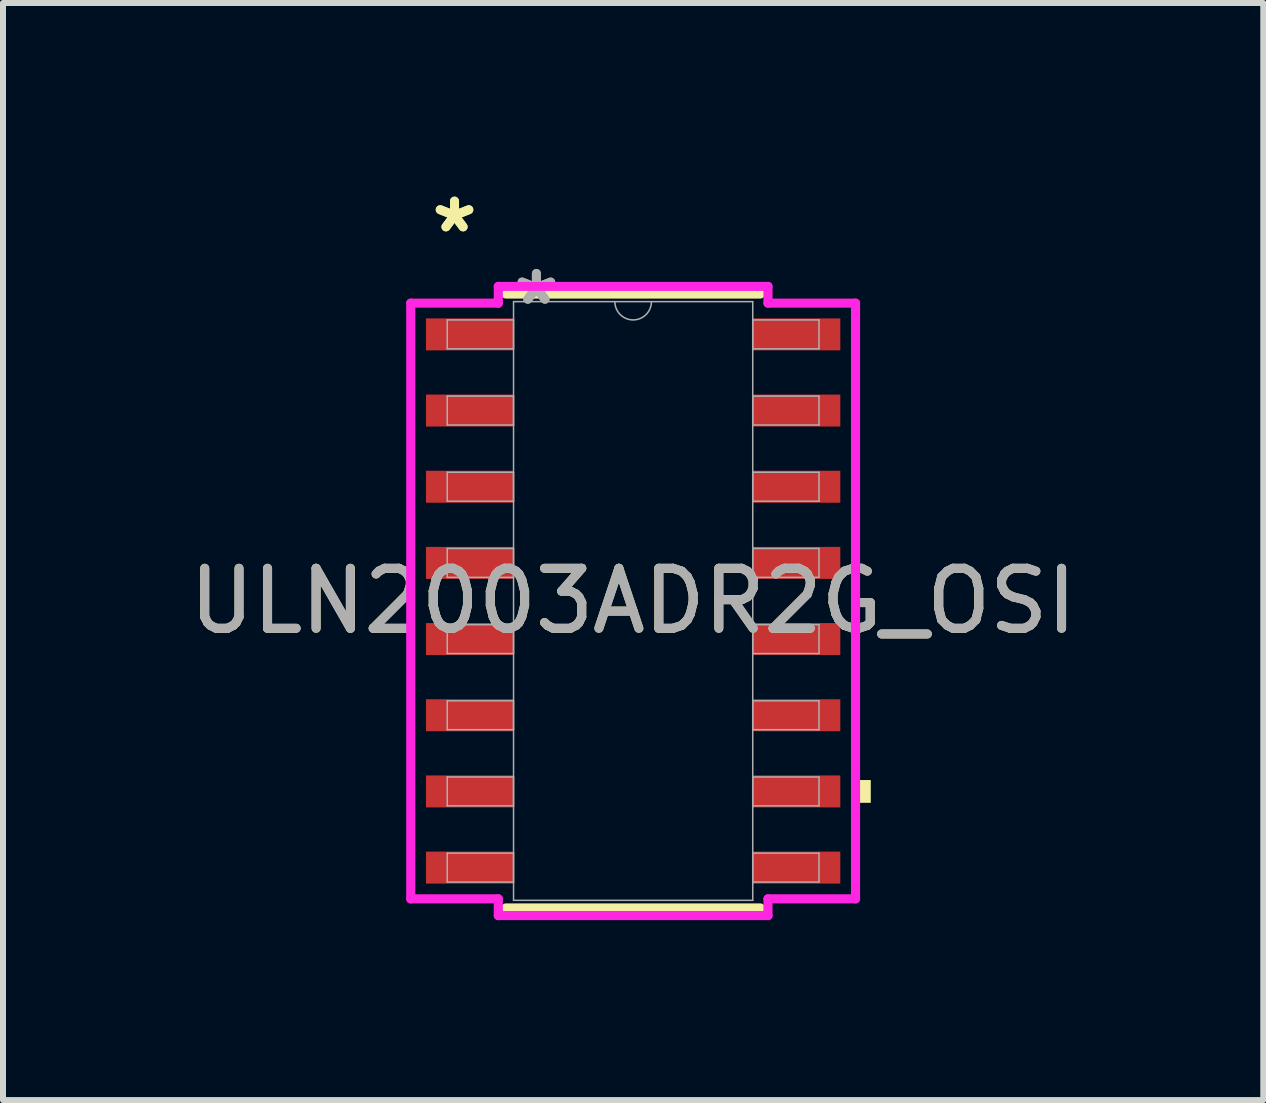
<source format=kicad_pcb>
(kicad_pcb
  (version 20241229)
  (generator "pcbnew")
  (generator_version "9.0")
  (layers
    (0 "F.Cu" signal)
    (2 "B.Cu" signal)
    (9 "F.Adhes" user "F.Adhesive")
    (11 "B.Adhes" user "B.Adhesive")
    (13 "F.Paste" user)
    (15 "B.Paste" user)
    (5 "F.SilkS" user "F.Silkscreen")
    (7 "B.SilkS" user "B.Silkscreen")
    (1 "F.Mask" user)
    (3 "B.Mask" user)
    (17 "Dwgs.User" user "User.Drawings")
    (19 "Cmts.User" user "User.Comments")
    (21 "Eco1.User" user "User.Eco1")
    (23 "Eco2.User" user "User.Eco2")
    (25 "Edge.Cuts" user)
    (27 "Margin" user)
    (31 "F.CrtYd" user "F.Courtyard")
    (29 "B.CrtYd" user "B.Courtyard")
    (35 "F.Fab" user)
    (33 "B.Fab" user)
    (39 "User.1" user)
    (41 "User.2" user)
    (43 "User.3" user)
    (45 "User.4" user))
  (footprint "ULN2003ADR2G_OSI"
    (layer "F.Cu")
    (at 7.506 6.97)
    (property "Reference" "ULN2003ADR2G_OSI" (at 0 0 0) (unlocked yes) (layer "F.SilkS") (effects (font (size 1 1) (thickness 0.15))))
    (attr smd)
    (fp_line (start -2.121 5.118) (end 2.121 5.118) (stroke (width 0.152) (type solid)) (layer "F.SilkS"))
    (fp_line (start 2.121 -5.118) (end -2.121 -5.118) (stroke (width 0.152) (type solid)) (layer "F.SilkS"))
    (fp_poly (pts (xy 3.962 2.985) (xy 3.962 3.365) (xy 3.708 3.365) (xy 3.708 2.985)) (stroke (width 0) (type solid)) (fill yes) (layer "F.SilkS"))
    (fp_line (start -3.708 -4.966) (end -2.248 -4.966) (stroke (width 0.152) (type solid)) (layer "F.CrtYd"))
    (fp_line (start -3.708 4.966) (end -3.708 -4.966) (stroke (width 0.152) (type solid)) (layer "F.CrtYd"))
    (fp_line (start -3.708 4.966) (end -2.248 4.966) (stroke (width 0.152) (type solid)) (layer "F.CrtYd"))
    (fp_line (start -2.248 -5.245) (end 2.248 -5.245) (stroke (width 0.152) (type solid)) (layer "F.CrtYd"))
    (fp_line (start -2.248 -4.966) (end -2.248 -5.245) (stroke (width 0.152) (type solid)) (layer "F.CrtYd"))
    (fp_line (start -2.248 5.245) (end -2.248 4.966) (stroke (width 0.152) (type solid)) (layer "F.CrtYd"))
    (fp_line (start 2.248 -5.245) (end 2.248 -4.966) (stroke (width 0.152) (type solid)) (layer "F.CrtYd"))
    (fp_line (start 2.248 4.966) (end 2.248 5.245) (stroke (width 0.152) (type solid)) (layer "F.CrtYd"))
    (fp_line (start 2.248 5.245) (end -2.248 5.245) (stroke (width 0.152) (type solid)) (layer "F.CrtYd"))
    (fp_line (start 3.708 -4.966) (end 2.248 -4.966) (stroke (width 0.152) (type solid)) (layer "F.CrtYd"))
    (fp_line (start 3.708 -4.966) (end 3.708 4.966) (stroke (width 0.152) (type solid)) (layer "F.CrtYd"))
    (fp_line (start 3.708 4.966) (end 2.248 4.966) (stroke (width 0.152) (type solid)) (layer "F.CrtYd"))
    (fp_line (start -3.099 -4.686) (end -3.099 -4.204) (stroke (width 0.025) (type solid)) (layer "F.Fab"))
    (fp_line (start -3.099 -4.204) (end -1.994 -4.204) (stroke (width 0.025) (type solid)) (layer "F.Fab"))
    (fp_line (start -3.099 -3.416) (end -3.099 -2.934) (stroke (width 0.025) (type solid)) (layer "F.Fab"))
    (fp_line (start -3.099 -2.934) (end -1.994 -2.934) (stroke (width 0.025) (type solid)) (layer "F.Fab"))
    (fp_line (start -3.099 -2.146) (end -3.099 -1.664) (stroke (width 0.025) (type solid)) (layer "F.Fab"))
    (fp_line (start -3.099 -1.664) (end -1.994 -1.664) (stroke (width 0.025) (type solid)) (layer "F.Fab"))
    (fp_line (start -3.099 -0.876) (end -3.099 -0.394) (stroke (width 0.025) (type solid)) (layer "F.Fab"))
    (fp_line (start -3.099 -0.394) (end -1.994 -0.394) (stroke (width 0.025) (type solid)) (layer "F.Fab"))
    (fp_line (start -3.099 0.394) (end -3.099 0.876) (stroke (width 0.025) (type solid)) (layer "F.Fab"))
    (fp_line (start -3.099 0.876) (end -1.994 0.876) (stroke (width 0.025) (type solid)) (layer "F.Fab"))
    (fp_line (start -3.099 1.664) (end -3.099 2.146) (stroke (width 0.025) (type solid)) (layer "F.Fab"))
    (fp_line (start -3.099 2.146) (end -1.994 2.146) (stroke (width 0.025) (type solid)) (layer "F.Fab"))
    (fp_line (start -3.099 2.934) (end -3.099 3.416) (stroke (width 0.025) (type solid)) (layer "F.Fab"))
    (fp_line (start -3.099 3.416) (end -1.994 3.416) (stroke (width 0.025) (type solid)) (layer "F.Fab"))
    (fp_line (start -3.099 4.204) (end -3.099 4.686) (stroke (width 0.025) (type solid)) (layer "F.Fab"))
    (fp_line (start -3.099 4.686) (end -1.994 4.686) (stroke (width 0.025) (type solid)) (layer "F.Fab"))
    (fp_line (start -1.994 -4.991) (end -1.994 4.991) (stroke (width 0.025) (type solid)) (layer "F.Fab"))
    (fp_line (start -1.994 -4.686) (end -3.099 -4.686) (stroke (width 0.025) (type solid)) (layer "F.Fab"))
    (fp_line (start -1.994 -4.204) (end -1.994 -4.686) (stroke (width 0.025) (type solid)) (layer "F.Fab"))
    (fp_line (start -1.994 -3.416) (end -3.099 -3.416) (stroke (width 0.025) (type solid)) (layer "F.Fab"))
    (fp_line (start -1.994 -2.934) (end -1.994 -3.416) (stroke (width 0.025) (type solid)) (layer "F.Fab"))
    (fp_line (start -1.994 -2.146) (end -3.099 -2.146) (stroke (width 0.025) (type solid)) (layer "F.Fab"))
    (fp_line (start -1.994 -1.664) (end -1.994 -2.146) (stroke (width 0.025) (type solid)) (layer "F.Fab"))
    (fp_line (start -1.994 -0.876) (end -3.099 -0.876) (stroke (width 0.025) (type solid)) (layer "F.Fab"))
    (fp_line (start -1.994 -0.394) (end -1.994 -0.876) (stroke (width 0.025) (type solid)) (layer "F.Fab"))
    (fp_line (start -1.994 0.394) (end -3.099 0.394) (stroke (width 0.025) (type solid)) (layer "F.Fab"))
    (fp_line (start -1.994 0.876) (end -1.994 0.394) (stroke (width 0.025) (type solid)) (layer "F.Fab"))
    (fp_line (start -1.994 1.664) (end -3.099 1.664) (stroke (width 0.025) (type solid)) (layer "F.Fab"))
    (fp_line (start -1.994 2.146) (end -1.994 1.664) (stroke (width 0.025) (type solid)) (layer "F.Fab"))
    (fp_line (start -1.994 2.934) (end -3.099 2.934) (stroke (width 0.025) (type solid)) (layer "F.Fab"))
    (fp_line (start -1.994 3.416) (end -1.994 2.934) (stroke (width 0.025) (type solid)) (layer "F.Fab"))
    (fp_line (start -1.994 4.204) (end -3.099 4.204) (stroke (width 0.025) (type solid)) (layer "F.Fab"))
    (fp_line (start -1.994 4.686) (end -1.994 4.204) (stroke (width 0.025) (type solid)) (layer "F.Fab"))
    (fp_line (start -1.994 4.991) (end 1.994 4.991) (stroke (width 0.025) (type solid)) (layer "F.Fab"))
    (fp_line (start 1.994 -4.991) (end -1.994 -4.991) (stroke (width 0.025) (type solid)) (layer "F.Fab"))
    (fp_line (start 1.994 -4.686) (end 1.994 -4.204) (stroke (width 0.025) (type solid)) (layer "F.Fab"))
    (fp_line (start 1.994 -4.204) (end 3.099 -4.204) (stroke (width 0.025) (type solid)) (layer "F.Fab"))
    (fp_line (start 1.994 -3.416) (end 1.994 -2.934) (stroke (width 0.025) (type solid)) (layer "F.Fab"))
    (fp_line (start 1.994 -2.934) (end 3.099 -2.934) (stroke (width 0.025) (type solid)) (layer "F.Fab"))
    (fp_line (start 1.994 -2.146) (end 1.994 -1.664) (stroke (width 0.025) (type solid)) (layer "F.Fab"))
    (fp_line (start 1.994 -1.664) (end 3.099 -1.664) (stroke (width 0.025) (type solid)) (layer "F.Fab"))
    (fp_line (start 1.994 -0.876) (end 1.994 -0.394) (stroke (width 0.025) (type solid)) (layer "F.Fab"))
    (fp_line (start 1.994 -0.394) (end 3.099 -0.394) (stroke (width 0.025) (type solid)) (layer "F.Fab"))
    (fp_line (start 1.994 0.394) (end 1.994 0.876) (stroke (width 0.025) (type solid)) (layer "F.Fab"))
    (fp_line (start 1.994 0.876) (end 3.099 0.876) (stroke (width 0.025) (type solid)) (layer "F.Fab"))
    (fp_line (start 1.994 1.664) (end 1.994 2.146) (stroke (width 0.025) (type solid)) (layer "F.Fab"))
    (fp_line (start 1.994 2.146) (end 3.099 2.146) (stroke (width 0.025) (type solid)) (layer "F.Fab"))
    (fp_line (start 1.994 2.934) (end 1.994 3.416) (stroke (width 0.025) (type solid)) (layer "F.Fab"))
    (fp_line (start 1.994 3.416) (end 3.099 3.416) (stroke (width 0.025) (type solid)) (layer "F.Fab"))
    (fp_line (start 1.994 4.204) (end 1.994 4.686) (stroke (width 0.025) (type solid)) (layer "F.Fab"))
    (fp_line (start 1.994 4.686) (end 3.099 4.686) (stroke (width 0.025) (type solid)) (layer "F.Fab"))
    (fp_line (start 1.994 4.991) (end 1.994 -4.991) (stroke (width 0.025) (type solid)) (layer "F.Fab"))
    (fp_line (start 3.099 -4.686) (end 1.994 -4.686) (stroke (width 0.025) (type solid)) (layer "F.Fab"))
    (fp_line (start 3.099 -4.204) (end 3.099 -4.686) (stroke (width 0.025) (type solid)) (layer "F.Fab"))
    (fp_line (start 3.099 -3.416) (end 1.994 -3.416) (stroke (width 0.025) (type solid)) (layer "F.Fab"))
    (fp_line (start 3.099 -2.934) (end 3.099 -3.416) (stroke (width 0.025) (type solid)) (layer "F.Fab"))
    (fp_line (start 3.099 -2.146) (end 1.994 -2.146) (stroke (width 0.025) (type solid)) (layer "F.Fab"))
    (fp_line (start 3.099 -1.664) (end 3.099 -2.146) (stroke (width 0.025) (type solid)) (layer "F.Fab"))
    (fp_line (start 3.099 -0.876) (end 1.994 -0.876) (stroke (width 0.025) (type solid)) (layer "F.Fab"))
    (fp_line (start 3.099 -0.394) (end 3.099 -0.876) (stroke (width 0.025) (type solid)) (layer "F.Fab"))
    (fp_line (start 3.099 0.394) (end 1.994 0.394) (stroke (width 0.025) (type solid)) (layer "F.Fab"))
    (fp_line (start 3.099 0.876) (end 3.099 0.394) (stroke (width 0.025) (type solid)) (layer "F.Fab"))
    (fp_line (start 3.099 1.664) (end 1.994 1.664) (stroke (width 0.025) (type solid)) (layer "F.Fab"))
    (fp_line (start 3.099 2.146) (end 3.099 1.664) (stroke (width 0.025) (type solid)) (layer "F.Fab"))
    (fp_line (start 3.099 2.934) (end 1.994 2.934) (stroke (width 0.025) (type solid)) (layer "F.Fab"))
    (fp_line (start 3.099 3.416) (end 3.099 2.934) (stroke (width 0.025) (type solid)) (layer "F.Fab"))
    (fp_line (start 3.099 4.204) (end 1.994 4.204) (stroke (width 0.025) (type solid)) (layer "F.Fab"))
    (fp_line (start 3.099 4.686) (end 3.099 4.204) (stroke (width 0.025) (type solid)) (layer "F.Fab"))
    (fp_arc (start 0.3048 -4.9911) (mid 0 -4.6863) (end -0.3048 -4.9911) (stroke (width 0.0254) (type solid)) (layer "F.Fab"))
    (fp_text user "*" (at -2.978 -6.121 0) (layer "F.SilkS") (effects (font (size 1 1) (thickness 0.15))))
    (fp_text user "*" (at -2.978 -6.121 0) (unlocked yes) (layer "F.SilkS") (effects (font (size 1 1) (thickness 0.15))))
    (fp_text user "*" (at -1.613 -4.915 0) (unlocked yes) (layer "F.Fab") (effects (font (size 1 1) (thickness 0.15))))
    (fp_text user "*" (at -1.613 -4.915 0) (layer "F.Fab") (effects (font (size 1 1) (thickness 0.15))))
    (fp_text user "${REFERENCE}" (at 0 0 0) (unlocked yes) (layer "F.Fab") (effects (font (size 1 1) (thickness 0.15))))
    (pad "1" smd rect (at -2.724 -4.445) (size 1.46 0.533) (layers "F.Cu" "F.Mask" "F.Paste"))
    (pad "2" smd rect (at -2.724 -3.175) (size 1.46 0.533) (layers "F.Cu" "F.Mask" "F.Paste"))
    (pad "3" smd rect (at -2.724 -1.905) (size 1.46 0.533) (layers "F.Cu" "F.Mask" "F.Paste"))
    (pad "4" smd rect (at -2.724 -0.635) (size 1.46 0.533) (layers "F.Cu" "F.Mask" "F.Paste"))
    (pad "5" smd rect (at -2.724 0.635) (size 1.46 0.533) (layers "F.Cu" "F.Mask" "F.Paste"))
    (pad "6" smd rect (at -2.724 1.905) (size 1.46 0.533) (layers "F.Cu" "F.Mask" "F.Paste"))
    (pad "7" smd rect (at -2.724 3.175) (size 1.46 0.533) (layers "F.Cu" "F.Mask" "F.Paste"))
    (pad "8" smd rect (at -2.724 4.445) (size 1.46 0.533) (layers "F.Cu" "F.Mask" "F.Paste"))
    (pad "9" smd rect (at 2.724 4.445) (size 1.46 0.533) (layers "F.Cu" "F.Mask" "F.Paste"))
    (pad "10" smd rect (at 2.724 3.175) (size 1.46 0.533) (layers "F.Cu" "F.Mask" "F.Paste"))
    (pad "11" smd rect (at 2.724 1.905) (size 1.46 0.533) (layers "F.Cu" "F.Mask" "F.Paste"))
    (pad "12" smd rect (at 2.724 0.635) (size 1.46 0.533) (layers "F.Cu" "F.Mask" "F.Paste"))
    (pad "13" smd rect (at 2.724 -0.635) (size 1.46 0.533) (layers "F.Cu" "F.Mask" "F.Paste"))
    (pad "14" smd rect (at 2.724 -1.905) (size 1.46 0.533) (layers "F.Cu" "F.Mask" "F.Paste"))
    (pad "15" smd rect (at 2.724 -3.175) (size 1.46 0.533) (layers "F.Cu" "F.Mask" "F.Paste"))
    (pad "16" smd rect (at 2.724 -4.445) (size 1.46 0.533) (layers "F.Cu" "F.Mask" "F.Paste")))
  (gr_rect
    (start -3 -3)
    (end 18.012 15.291)
    (stroke (width 0.1) (type default))
    (fill no)
    (layer "Edge.Cuts")))
</source>
